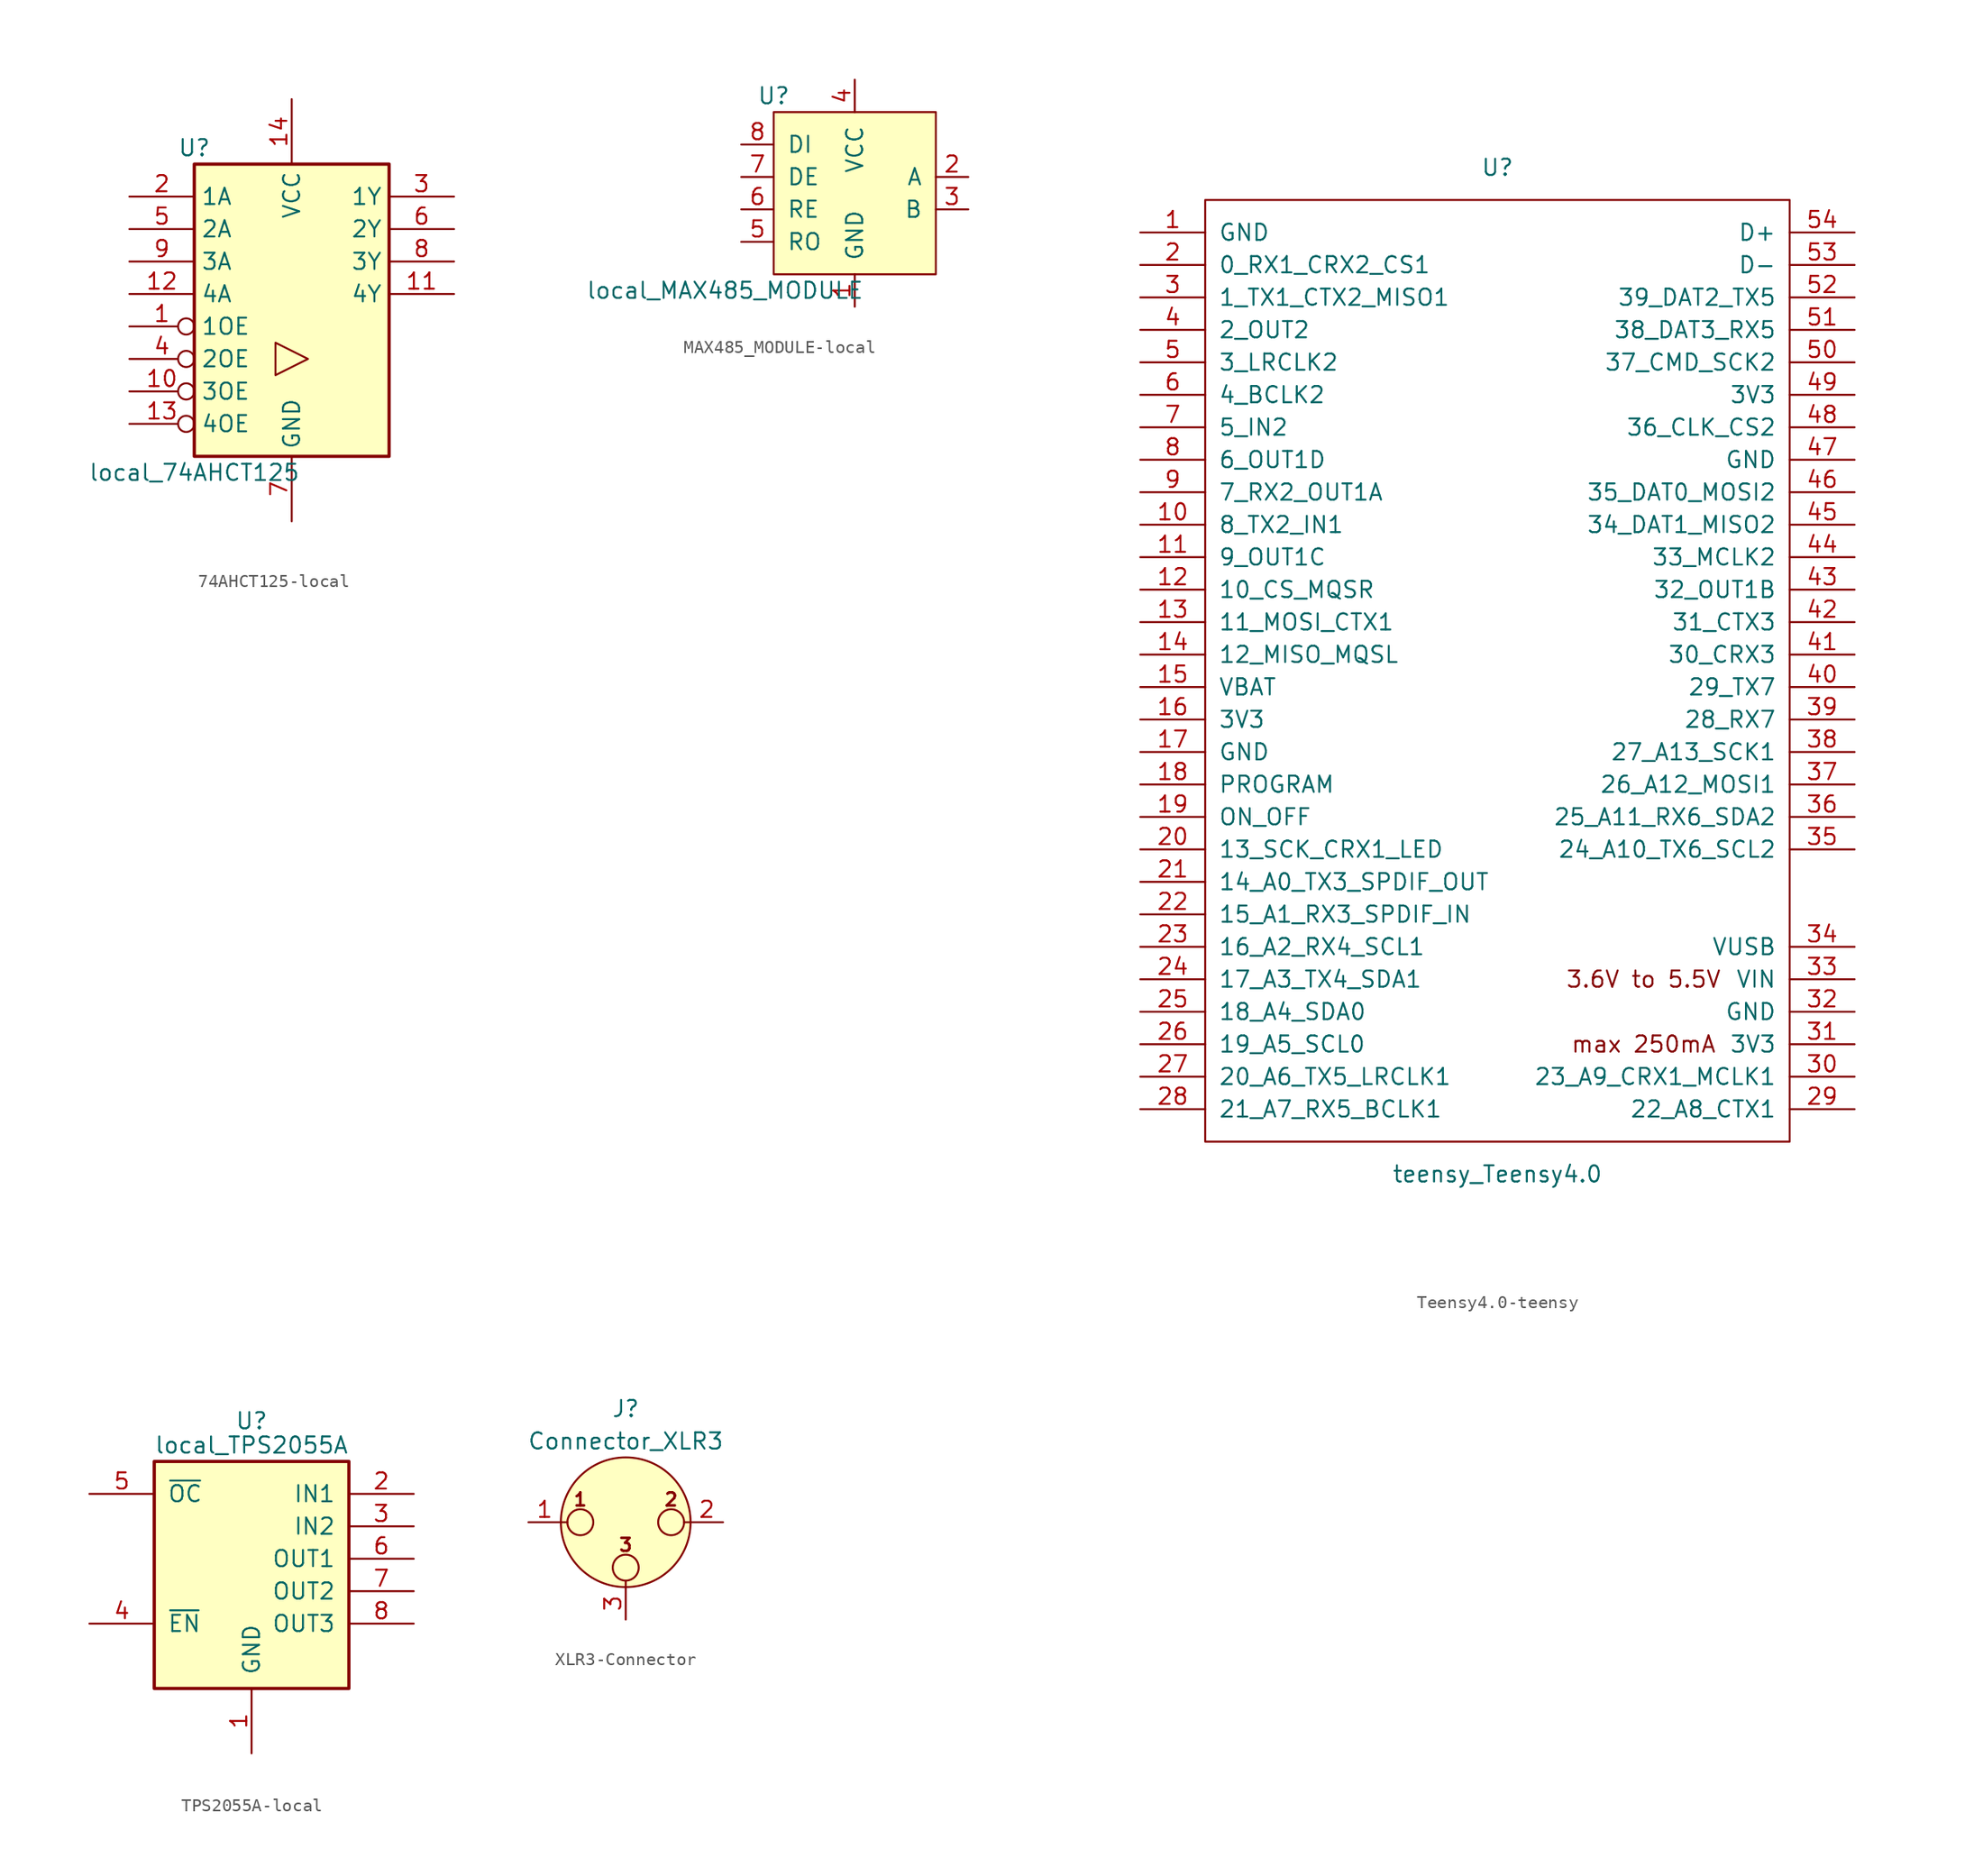
<source format=kicad_sym>
(kicad_symbol_lib
  (version 20220914)
  (generator kicad_symbol_editor)
  (symbol "74AHCT125-local"
    (property "Reference" "U"
      (at -7.62 16.51 0)
      (effects (font (size 1.27 1.27))))
    (property "Value" "local_74AHCT125"
      (at -7.62 -8.89 0)
      (effects (font (size 1.27 1.27))))
    (symbol "74AHCT125-local_1_0"
      (polyline (pts (xy 1.27 0) (xy -1.27 1.27) (xy -1.27 -1.27) (xy 1.27 0)) (stroke (width 0.152) (type solid)) (fill (type none)))
      (pin input inverted (at -12.7 2.54 0) (length 5.08) (name "1OE" (effects (font (size 1.27 1.27)))) (number "1" (effects (font (size 1.27 1.27)))))
      (pin tri_state line (at 12.7 5.08 180) (length 5.08) (name "4Y" (effects (font (size 1.27 1.27)))) (number "11" (effects (font (size 1.27 1.27)))))
      (pin input line (at -12.7 5.08 0) (length 5.08) (name "4A" (effects (font (size 1.27 1.27)))) (number "12" (effects (font (size 1.27 1.27)))))
      (pin power_in line (at 0 20.32 270) (length 5.08) (name "VCC" (effects (font (size 1.27 1.27)))) (number "14" (effects (font (size 1.27 1.27)))))
      (pin input line (at -12.7 12.7 0) (length 5.08) (name "1A" (effects (font (size 1.27 1.27)))) (number "2" (effects (font (size 1.27 1.27)))))
      (pin tri_state line (at 12.7 12.7 180) (length 5.08) (name "1Y" (effects (font (size 1.27 1.27)))) (number "3" (effects (font (size 1.27 1.27)))))
      (pin input inverted (at -12.7 0 0) (length 5.08) (name "2OE" (effects (font (size 1.27 1.27)))) (number "4" (effects (font (size 1.27 1.27)))))
      (pin input line (at -12.7 10.16 0) (length 5.08) (name "2A" (effects (font (size 1.27 1.27)))) (number "5" (effects (font (size 1.27 1.27)))))
      (pin tri_state line (at 12.7 10.16 180) (length 5.08) (name "2Y" (effects (font (size 1.27 1.27)))) (number "6" (effects (font (size 1.27 1.27)))))
      (pin power_in line (at 0 -12.7 90) (length 5.08) (name "GND" (effects (font (size 1.27 1.27)))) (number "7" (effects (font (size 1.27 1.27)))))
      (pin tri_state line (at 12.7 7.62 180) (length 5.08) (name "3Y" (effects (font (size 1.27 1.27)))) (number "8" (effects (font (size 1.27 1.27)))))
      (pin input line (at -12.7 7.62 0) (length 5.08) (name "3A" (effects (font (size 1.27 1.27)))) (number "9" (effects (font (size 1.27 1.27))))))
    (symbol "74AHCT125-local_1_1"
      (rectangle (start -7.62 15.24) (end 7.62 -7.62) (stroke (width 0.254) (type solid)) (fill (type background)))
      (pin input inverted (at -12.7 -2.54 0) (length 5.08) (name "3OE" (effects (font (size 1.27 1.27)))) (number "10" (effects (font (size 1.27 1.27)))))
      (pin input inverted (at -12.7 -5.08 0) (length 5.08) (name "4OE" (effects (font (size 1.27 1.27)))) (number "13" (effects (font (size 1.27 1.27)))))))
  (symbol "MAX485_MODULE-local"
    (pin_names
      (offset 1.016))
    (property "Reference" "U"
      (at -6.35 7.62 0)
      (effects (font (size 1.27 1.27))))
    (property "Value" "local_MAX485_MODULE"
      (at -10.16 -7.62 0)
      (effects (font (size 1.27 1.27))))
    (symbol "MAX485_MODULE-local_0_1"
      (rectangle (start 6.35 -6.35) (end -6.35 6.35) (stroke (width 0) (type solid)) (fill (type background))))
    (symbol "MAX485_MODULE-local_1_1"
      (pin input line (at 0 -8.89 90) (length 2.54) (name "GND" (effects (font (size 1.27 1.27)))) (number "1" (effects (font (size 1.27 1.27)))))
      (pin bidirectional line (at 8.89 1.27 180) (length 2.54) (name "A" (effects (font (size 1.27 1.27)))) (number "2" (effects (font (size 1.27 1.27)))))
      (pin bidirectional line (at 8.89 -1.27 180) (length 2.54) (name "B" (effects (font (size 1.27 1.27)))) (number "3" (effects (font (size 1.27 1.27)))))
      (pin power_in line (at 0 8.89 270) (length 2.54) (name "VCC" (effects (font (size 1.27 1.27)))) (number "4" (effects (font (size 1.27 1.27)))))
      (pin output line (at -8.89 -3.81 0) (length 2.54) (name "RO" (effects (font (size 1.27 1.27)))) (number "5" (effects (font (size 1.27 1.27)))))
      (pin input line (at -8.89 -1.27 0) (length 2.54) (name "RE" (effects (font (size 1.27 1.27)))) (number "6" (effects (font (size 1.27 1.27)))))
      (pin input line (at -8.89 1.27 0) (length 2.54) (name "DE" (effects (font (size 1.27 1.27)))) (number "7" (effects (font (size 1.27 1.27)))))
      (pin input line (at -8.89 3.81 0) (length 2.54) (name "DI" (effects (font (size 1.27 1.27)))) (number "8" (effects (font (size 1.27 1.27)))))))
  (symbol "Teensy4.0-teensy"
    (pin_names
      (offset 1.016))
    (property "Reference" "U"
      (at 0 39.37 0)
      (effects (font (size 1.27 1.27))))
    (property "Value" "teensy_Teensy4.0"
      (at 0 -39.37 0)
      (effects (font (size 1.27 1.27))))
    (symbol "Teensy4.0-teensy_0_0"
      (text "3.6V to 5.5V" (at 11.43 -24.13 0) (effects (font (size 1.27 1.27))))
      (text "max 250mA" (at 11.43 -29.21 0) (effects (font (size 1.27 1.27))))
      (pin bidirectional line (at -27.94 11.43 0) (length 5.08) (name "8_TX2_IN1" (effects (font (size 1.27 1.27)))) (number "10" (effects (font (size 1.27 1.27)))))
      (pin bidirectional line (at -27.94 8.89 0) (length 5.08) (name "9_OUT1C" (effects (font (size 1.27 1.27)))) (number "11" (effects (font (size 1.27 1.27)))))
      (pin bidirectional line (at -27.94 6.35 0) (length 5.08) (name "10_CS_MQSR" (effects (font (size 1.27 1.27)))) (number "12" (effects (font (size 1.27 1.27)))))
      (pin bidirectional line (at -27.94 3.81 0) (length 5.08) (name "11_MOSI_CTX1" (effects (font (size 1.27 1.27)))) (number "13" (effects (font (size 1.27 1.27)))))
      (pin bidirectional line (at -27.94 1.27 0) (length 5.08) (name "12_MISO_MQSL" (effects (font (size 1.27 1.27)))) (number "14" (effects (font (size 1.27 1.27)))))
      (pin power_in line (at -27.94 -1.27 0) (length 5.08) (name "VBAT" (effects (font (size 1.27 1.27)))) (number "15" (effects (font (size 1.27 1.27)))))
      (pin power_in line (at -27.94 -3.81 0) (length 5.08) (name "3V3" (effects (font (size 1.27 1.27)))) (number "16" (effects (font (size 1.27 1.27)))))
      (pin power_in line (at -27.94 -6.35 0) (length 5.08) (name "GND" (effects (font (size 1.27 1.27)))) (number "17" (effects (font (size 1.27 1.27)))))
      (pin input line (at -27.94 -8.89 0) (length 5.08) (name "PROGRAM" (effects (font (size 1.27 1.27)))) (number "18" (effects (font (size 1.27 1.27)))))
      (pin input line (at -27.94 -11.43 0) (length 5.08) (name "ON_OFF" (effects (font (size 1.27 1.27)))) (number "19" (effects (font (size 1.27 1.27)))))
      (pin bidirectional line (at -27.94 -13.97 0) (length 5.08) (name "13_SCK_CRX1_LED" (effects (font (size 1.27 1.27)))) (number "20" (effects (font (size 1.27 1.27)))))
      (pin bidirectional line (at -27.94 -16.51 0) (length 5.08) (name "14_A0_TX3_SPDIF_OUT" (effects (font (size 1.27 1.27)))) (number "21" (effects (font (size 1.27 1.27)))))
      (pin bidirectional line (at -27.94 -19.05 0) (length 5.08) (name "15_A1_RX3_SPDIF_IN" (effects (font (size 1.27 1.27)))) (number "22" (effects (font (size 1.27 1.27)))))
      (pin bidirectional line (at -27.94 -21.59 0) (length 5.08) (name "16_A2_RX4_SCL1" (effects (font (size 1.27 1.27)))) (number "23" (effects (font (size 1.27 1.27)))))
      (pin bidirectional line (at -27.94 -24.13 0) (length 5.08) (name "17_A3_TX4_SDA1" (effects (font (size 1.27 1.27)))) (number "24" (effects (font (size 1.27 1.27)))))
      (pin bidirectional line (at -27.94 -26.67 0) (length 5.08) (name "18_A4_SDA0" (effects (font (size 1.27 1.27)))) (number "25" (effects (font (size 1.27 1.27)))))
      (pin bidirectional line (at -27.94 -29.21 0) (length 5.08) (name "19_A5_SCL0" (effects (font (size 1.27 1.27)))) (number "26" (effects (font (size 1.27 1.27)))))
      (pin bidirectional line (at -27.94 -31.75 0) (length 5.08) (name "20_A6_TX5_LRCLK1" (effects (font (size 1.27 1.27)))) (number "27" (effects (font (size 1.27 1.27)))))
      (pin bidirectional line (at -27.94 -34.29 0) (length 5.08) (name "21_A7_RX5_BCLK1" (effects (font (size 1.27 1.27)))) (number "28" (effects (font (size 1.27 1.27)))))
      (pin bidirectional line (at 27.94 -34.29 180) (length 5.08) (name "22_A8_CTX1" (effects (font (size 1.27 1.27)))) (number "29" (effects (font (size 1.27 1.27)))))
      (pin bidirectional line (at 27.94 -31.75 180) (length 5.08) (name "23_A9_CRX1_MCLK1" (effects (font (size 1.27 1.27)))) (number "30" (effects (font (size 1.27 1.27)))))
      (pin power_out line (at 27.94 -29.21 180) (length 5.08) (name "3V3" (effects (font (size 1.27 1.27)))) (number "31" (effects (font (size 1.27 1.27)))))
      (pin power_in line (at 27.94 -26.67 180) (length 5.08) (name "GND" (effects (font (size 1.27 1.27)))) (number "32" (effects (font (size 1.27 1.27)))))
      (pin power_in line (at 27.94 -24.13 180) (length 5.08) (name "VIN" (effects (font (size 1.27 1.27)))) (number "33" (effects (font (size 1.27 1.27)))))
      (pin power_out line (at 27.94 -21.59 180) (length 5.08) (name "VUSB" (effects (font (size 1.27 1.27)))) (number "34" (effects (font (size 1.27 1.27)))))
      (pin bidirectional line (at 27.94 -13.97 180) (length 5.08) (name "24_A10_TX6_SCL2" (effects (font (size 1.27 1.27)))) (number "35" (effects (font (size 1.27 1.27)))))
      (pin bidirectional line (at 27.94 -11.43 180) (length 5.08) (name "25_A11_RX6_SDA2" (effects (font (size 1.27 1.27)))) (number "36" (effects (font (size 1.27 1.27)))))
      (pin bidirectional line (at 27.94 -8.89 180) (length 5.08) (name "26_A12_MOSI1" (effects (font (size 1.27 1.27)))) (number "37" (effects (font (size 1.27 1.27)))))
      (pin bidirectional line (at 27.94 -6.35 180) (length 5.08) (name "27_A13_SCK1" (effects (font (size 1.27 1.27)))) (number "38" (effects (font (size 1.27 1.27)))))
      (pin bidirectional line (at 27.94 -3.81 180) (length 5.08) (name "28_RX7" (effects (font (size 1.27 1.27)))) (number "39" (effects (font (size 1.27 1.27)))))
      (pin bidirectional line (at 27.94 -1.27 180) (length 5.08) (name "29_TX7" (effects (font (size 1.27 1.27)))) (number "40" (effects (font (size 1.27 1.27)))))
      (pin bidirectional line (at 27.94 1.27 180) (length 5.08) (name "30_CRX3" (effects (font (size 1.27 1.27)))) (number "41" (effects (font (size 1.27 1.27)))))
      (pin bidirectional line (at 27.94 3.81 180) (length 5.08) (name "31_CTX3" (effects (font (size 1.27 1.27)))) (number "42" (effects (font (size 1.27 1.27)))))
      (pin bidirectional line (at 27.94 6.35 180) (length 5.08) (name "32_OUT1B" (effects (font (size 1.27 1.27)))) (number "43" (effects (font (size 1.27 1.27)))))
      (pin bidirectional line (at 27.94 8.89 180) (length 5.08) (name "33_MCLK2" (effects (font (size 1.27 1.27)))) (number "44" (effects (font (size 1.27 1.27)))))
      (pin bidirectional line (at 27.94 11.43 180) (length 5.08) (name "34_DAT1_MISO2" (effects (font (size 1.27 1.27)))) (number "45" (effects (font (size 1.27 1.27)))))
      (pin bidirectional line (at 27.94 13.97 180) (length 5.08) (name "35_DAT0_MOSI2" (effects (font (size 1.27 1.27)))) (number "46" (effects (font (size 1.27 1.27)))))
      (pin power_out line (at 27.94 16.51 180) (length 5.08) (name "GND" (effects (font (size 1.27 1.27)))) (number "47" (effects (font (size 1.27 1.27)))))
      (pin bidirectional line (at 27.94 19.05 180) (length 5.08) (name "36_CLK_CS2" (effects (font (size 1.27 1.27)))) (number "48" (effects (font (size 1.27 1.27)))))
      (pin power_out line (at 27.94 21.59 180) (length 5.08) (name "3V3" (effects (font (size 1.27 1.27)))) (number "49" (effects (font (size 1.27 1.27)))))
      (pin bidirectional line (at -27.94 24.13 0) (length 5.08) (name "3_LRCLK2" (effects (font (size 1.27 1.27)))) (number "5" (effects (font (size 1.27 1.27)))))
      (pin bidirectional line (at 27.94 24.13 180) (length 5.08) (name "37_CMD_SCK2" (effects (font (size 1.27 1.27)))) (number "50" (effects (font (size 1.27 1.27)))))
      (pin bidirectional line (at 27.94 26.67 180) (length 5.08) (name "38_DAT3_RX5" (effects (font (size 1.27 1.27)))) (number "51" (effects (font (size 1.27 1.27)))))
      (pin bidirectional line (at 27.94 29.21 180) (length 5.08) (name "39_DAT2_TX5" (effects (font (size 1.27 1.27)))) (number "52" (effects (font (size 1.27 1.27)))))
      (pin bidirectional line (at 27.94 31.75 180) (length 5.08) (name "D-" (effects (font (size 1.27 1.27)))) (number "53" (effects (font (size 1.27 1.27)))))
      (pin bidirectional line (at 27.94 34.29 180) (length 5.08) (name "D+" (effects (font (size 1.27 1.27)))) (number "54" (effects (font (size 1.27 1.27)))))
      (pin bidirectional line (at -27.94 21.59 0) (length 5.08) (name "4_BCLK2" (effects (font (size 1.27 1.27)))) (number "6" (effects (font (size 1.27 1.27)))))
      (pin bidirectional line (at -27.94 19.05 0) (length 5.08) (name "5_IN2" (effects (font (size 1.27 1.27)))) (number "7" (effects (font (size 1.27 1.27)))))
      (pin bidirectional line (at -27.94 16.51 0) (length 5.08) (name "6_OUT1D" (effects (font (size 1.27 1.27)))) (number "8" (effects (font (size 1.27 1.27)))))
      (pin bidirectional line (at -27.94 13.97 0) (length 5.08) (name "7_RX2_OUT1A" (effects (font (size 1.27 1.27)))) (number "9" (effects (font (size 1.27 1.27))))))
    (symbol "Teensy4.0-teensy_0_1"
      (rectangle (start -22.86 36.83) (end 22.86 -36.83) (stroke (width 0) (type solid)) (fill (type none)))
      (rectangle (start -20.32 -31.75) (end -20.32 -31.75) (stroke (width 0) (type solid)) (fill (type none))))
    (symbol "Teensy4.0-teensy_1_1"
      (pin power_in line (at -27.94 34.29 0) (length 5.08) (name "GND" (effects (font (size 1.27 1.27)))) (number "1" (effects (font (size 1.27 1.27)))))
      (pin bidirectional line (at -27.94 31.75 0) (length 5.08) (name "0_RX1_CRX2_CS1" (effects (font (size 1.27 1.27)))) (number "2" (effects (font (size 1.27 1.27)))))
      (pin bidirectional line (at -27.94 29.21 0) (length 5.08) (name "1_TX1_CTX2_MISO1" (effects (font (size 1.27 1.27)))) (number "3" (effects (font (size 1.27 1.27)))))
      (pin bidirectional line (at -27.94 26.67 0) (length 5.08) (name "2_OUT2" (effects (font (size 1.27 1.27)))) (number "4" (effects (font (size 1.27 1.27)))))))
  (symbol "TPS2055A-local"
    (pin_names
      (offset 1.016))
    (property "Reference" "U"
      (at 0 10.795 0)
      (effects (font (size 1.27 1.27))))
    (property "Value" "local_TPS2055A"
      (at 0 8.89 0)
      (effects (font (size 1.27 1.27))))
    (symbol "TPS2055A-local_0_1"
      (rectangle (start -7.62 7.62) (end 7.62 -10.16) (stroke (width 0.254) (type solid)) (fill (type background))))
    (symbol "TPS2055A-local_1_1"
      (pin power_in line (at 0 -15.24 90) (length 5.08) (name "GND" (effects (font (size 1.27 1.27)))) (number "1" (effects (font (size 1.27 1.27)))))
      (pin passive line (at 12.7 5.08 180) (length 5.08) (name "IN1" (effects (font (size 1.27 1.27)))) (number "2" (effects (font (size 1.27 1.27)))))
      (pin passive line (at 12.7 2.54 180) (length 5.08) (name "IN2" (effects (font (size 1.27 1.27)))) (number "3" (effects (font (size 1.27 1.27)))))
      (pin input line (at -12.7 -5.08 0) (length 5.08) (name "~{EN}" (effects (font (size 1.27 1.27)))) (number "4" (effects (font (size 1.27 1.27)))))
      (pin open_collector line (at -12.7 5.08 0) (length 5.08) (name "~{OC}" (effects (font (size 1.27 1.27)))) (number "5" (effects (font (size 1.27 1.27)))))
      (pin passive line (at 12.7 0 180) (length 5.08) (name "OUT1" (effects (font (size 1.27 1.27)))) (number "6" (effects (font (size 1.27 1.27)))))
      (pin passive line (at 12.7 -2.54 180) (length 5.08) (name "OUT2" (effects (font (size 1.27 1.27)))) (number "7" (effects (font (size 1.27 1.27)))))
      (pin passive line (at 12.7 -5.08 180) (length 5.08) (name "OUT3" (effects (font (size 1.27 1.27)))) (number "8" (effects (font (size 1.27 1.27)))))))
  (symbol "XLR3-Connector"
    (pin_names hide)
    (property "Reference" "J"
      (at 0 8.89 0)
      (effects (font (size 1.27 1.27))))
    (property "Value" "Connector_XLR3"
      (at 0 6.35 0)
      (effects (font (size 1.27 1.27))))
    (symbol "XLR3-Connector_0_1"
      (circle (center -3.556 0) (radius 1.016) (stroke (width 0) (type solid)) (fill (type none)))
      (circle (center 0 -3.556) (radius 1.016) (stroke (width 0) (type solid)) (fill (type none)))
      (polyline (pts (xy -5.08 0) (xy -4.572 0)) (stroke (width 0) (type solid)) (fill (type none)))
      (polyline (pts (xy 0 -5.08) (xy 0 -4.572)) (stroke (width 0) (type solid)) (fill (type none)))
      (polyline (pts (xy 5.08 0) (xy 4.572 0)) (stroke (width 0) (type solid)) (fill (type none)))
      (circle (center 0 0) (radius 5.08) (stroke (width 0) (type solid)) (fill (type background)))
      (circle (center 3.556 0) (radius 1.016) (stroke (width 0) (type solid)) (fill (type none)))
      (text "1" (at -3.556 1.778 0) (effects (font (size 1.016 1.016) bold)))
      (text "2" (at 3.556 1.778 0) (effects (font (size 1.016 1.016) bold)))
      (text "3" (at 0 -1.778 0) (effects (font (size 1.016 1.016) bold)))
      (pin passive line (at -7.62 0 0) (length 2.54) (name "~" (effects (font (size 1.27 1.27)))) (number "1" (effects (font (size 1.27 1.27)))))
      (pin passive line (at 7.62 0 180) (length 2.54) (name "~" (effects (font (size 1.27 1.27)))) (number "2" (effects (font (size 1.27 1.27)))))
      (pin passive line (at 0 -7.62 90) (length 2.54) (name "~" (effects (font (size 1.27 1.27)))) (number "3" (effects (font (size 1.27 1.27))))))))
</source>
